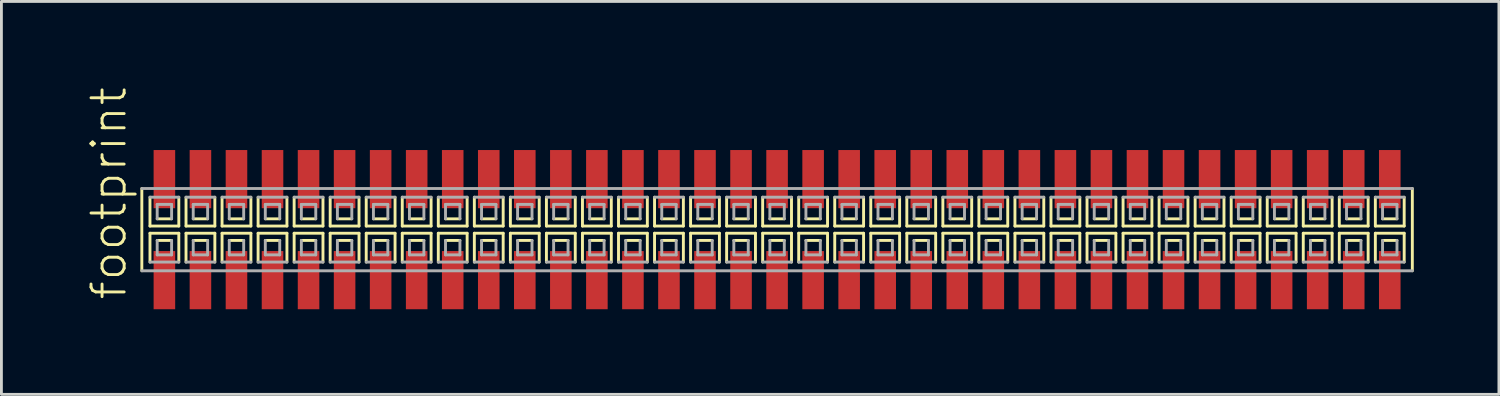
<source format=kicad_pcb>
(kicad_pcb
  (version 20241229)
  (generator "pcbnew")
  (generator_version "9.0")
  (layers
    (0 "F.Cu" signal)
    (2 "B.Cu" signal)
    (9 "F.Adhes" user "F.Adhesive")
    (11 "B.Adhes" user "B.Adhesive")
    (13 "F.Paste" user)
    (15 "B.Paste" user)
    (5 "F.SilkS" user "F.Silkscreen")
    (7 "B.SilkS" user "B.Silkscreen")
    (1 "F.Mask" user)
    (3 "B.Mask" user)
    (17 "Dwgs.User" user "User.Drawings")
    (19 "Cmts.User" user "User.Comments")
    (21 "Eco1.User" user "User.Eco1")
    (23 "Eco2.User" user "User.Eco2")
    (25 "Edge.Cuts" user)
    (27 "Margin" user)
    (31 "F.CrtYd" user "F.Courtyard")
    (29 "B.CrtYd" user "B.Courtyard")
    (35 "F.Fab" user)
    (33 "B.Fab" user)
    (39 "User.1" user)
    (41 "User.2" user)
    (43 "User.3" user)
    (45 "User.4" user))
  (footprint "footprint"
    (layer "F.Cu")
    (at 24.333 5.042)
    (property "Reference" "footprint" (at -22.86 2.54 90) (layer "F.SilkS") (effects (font (size 1.168 1.168) (thickness 0.102)) (justify left bottom)))
    (fp_line (start -22.385 -1.45) (end -22.385 1.45) (stroke (width 0.102) (type solid)) (layer "F.SilkS"))
    (fp_line (start -22.098 -1.143) (end -22.098 -0.127) (stroke (width 0.102) (type solid)) (layer "F.SilkS"))
    (fp_line (start -22.098 -0.127) (end -21.082 -0.127) (stroke (width 0.102) (type solid)) (layer "F.SilkS"))
    (fp_line (start -22.098 0.127) (end -22.098 1.143) (stroke (width 0.102) (type solid)) (layer "F.SilkS"))
    (fp_line (start -21.844 -0.381) (end -21.336 -0.381) (stroke (width 0.102) (type solid)) (layer "F.SilkS"))
    (fp_line (start -21.336 0.381) (end -21.844 0.381) (stroke (width 0.102) (type solid)) (layer "F.SilkS"))
    (fp_line (start -21.082 -0.127) (end -21.082 -1.143) (stroke (width 0.102) (type solid)) (layer "F.SilkS"))
    (fp_line (start -21.082 0.127) (end -22.098 0.127) (stroke (width 0.102) (type solid)) (layer "F.SilkS"))
    (fp_line (start -21.082 1.143) (end -21.082 0.127) (stroke (width 0.102) (type solid)) (layer "F.SilkS"))
    (fp_line (start -20.828 -1.143) (end -20.828 -0.127) (stroke (width 0.102) (type solid)) (layer "F.SilkS"))
    (fp_line (start -20.828 -0.127) (end -19.812 -0.127) (stroke (width 0.102) (type solid)) (layer "F.SilkS"))
    (fp_line (start -20.828 0.127) (end -20.828 1.143) (stroke (width 0.102) (type solid)) (layer "F.SilkS"))
    (fp_line (start -20.574 -0.381) (end -20.066 -0.381) (stroke (width 0.102) (type solid)) (layer "F.SilkS"))
    (fp_line (start -20.066 0.381) (end -20.574 0.381) (stroke (width 0.102) (type solid)) (layer "F.SilkS"))
    (fp_line (start -19.812 -0.127) (end -19.812 -1.143) (stroke (width 0.102) (type solid)) (layer "F.SilkS"))
    (fp_line (start -19.812 0.127) (end -20.828 0.127) (stroke (width 0.102) (type solid)) (layer "F.SilkS"))
    (fp_line (start -19.812 1.143) (end -19.812 0.127) (stroke (width 0.102) (type solid)) (layer "F.SilkS"))
    (fp_line (start -19.558 -1.143) (end -19.558 -0.127) (stroke (width 0.102) (type solid)) (layer "F.SilkS"))
    (fp_line (start -19.558 -0.127) (end -18.542 -0.127) (stroke (width 0.102) (type solid)) (layer "F.SilkS"))
    (fp_line (start -19.558 0.127) (end -19.558 1.143) (stroke (width 0.102) (type solid)) (layer "F.SilkS"))
    (fp_line (start -19.304 -0.381) (end -18.796 -0.381) (stroke (width 0.102) (type solid)) (layer "F.SilkS"))
    (fp_line (start -18.796 0.381) (end -19.304 0.381) (stroke (width 0.102) (type solid)) (layer "F.SilkS"))
    (fp_line (start -18.542 -0.127) (end -18.542 -1.143) (stroke (width 0.102) (type solid)) (layer "F.SilkS"))
    (fp_line (start -18.542 0.127) (end -19.558 0.127) (stroke (width 0.102) (type solid)) (layer "F.SilkS"))
    (fp_line (start -18.542 1.143) (end -18.542 0.127) (stroke (width 0.102) (type solid)) (layer "F.SilkS"))
    (fp_line (start -18.288 -1.143) (end -18.288 -0.127) (stroke (width 0.102) (type solid)) (layer "F.SilkS"))
    (fp_line (start -18.288 -0.127) (end -17.272 -0.127) (stroke (width 0.102) (type solid)) (layer "F.SilkS"))
    (fp_line (start -18.288 0.127) (end -18.288 1.143) (stroke (width 0.102) (type solid)) (layer "F.SilkS"))
    (fp_line (start -18.034 -0.381) (end -17.526 -0.381) (stroke (width 0.102) (type solid)) (layer "F.SilkS"))
    (fp_line (start -17.526 0.381) (end -18.034 0.381) (stroke (width 0.102) (type solid)) (layer "F.SilkS"))
    (fp_line (start -17.272 -0.127) (end -17.272 -1.143) (stroke (width 0.102) (type solid)) (layer "F.SilkS"))
    (fp_line (start -17.272 0.127) (end -18.288 0.127) (stroke (width 0.102) (type solid)) (layer "F.SilkS"))
    (fp_line (start -17.272 1.143) (end -17.272 0.127) (stroke (width 0.102) (type solid)) (layer "F.SilkS"))
    (fp_line (start -17.018 -1.143) (end -17.018 -0.127) (stroke (width 0.102) (type solid)) (layer "F.SilkS"))
    (fp_line (start -17.018 -0.127) (end -16.002 -0.127) (stroke (width 0.102) (type solid)) (layer "F.SilkS"))
    (fp_line (start -17.018 0.127) (end -17.018 1.143) (stroke (width 0.102) (type solid)) (layer "F.SilkS"))
    (fp_line (start -16.764 -0.381) (end -16.256 -0.381) (stroke (width 0.102) (type solid)) (layer "F.SilkS"))
    (fp_line (start -16.256 0.381) (end -16.764 0.381) (stroke (width 0.102) (type solid)) (layer "F.SilkS"))
    (fp_line (start -16.002 -0.127) (end -16.002 -1.143) (stroke (width 0.102) (type solid)) (layer "F.SilkS"))
    (fp_line (start -16.002 0.127) (end -17.018 0.127) (stroke (width 0.102) (type solid)) (layer "F.SilkS"))
    (fp_line (start -16.002 1.143) (end -16.002 0.127) (stroke (width 0.102) (type solid)) (layer "F.SilkS"))
    (fp_line (start -15.748 -1.143) (end -15.748 -0.127) (stroke (width 0.102) (type solid)) (layer "F.SilkS"))
    (fp_line (start -15.748 -0.127) (end -14.732 -0.127) (stroke (width 0.102) (type solid)) (layer "F.SilkS"))
    (fp_line (start -15.748 0.127) (end -15.748 1.143) (stroke (width 0.102) (type solid)) (layer "F.SilkS"))
    (fp_line (start -15.494 -0.381) (end -14.986 -0.381) (stroke (width 0.102) (type solid)) (layer "F.SilkS"))
    (fp_line (start -14.986 0.381) (end -15.494 0.381) (stroke (width 0.102) (type solid)) (layer "F.SilkS"))
    (fp_line (start -14.732 -0.127) (end -14.732 -1.143) (stroke (width 0.102) (type solid)) (layer "F.SilkS"))
    (fp_line (start -14.732 0.127) (end -15.748 0.127) (stroke (width 0.102) (type solid)) (layer "F.SilkS"))
    (fp_line (start -14.732 1.143) (end -14.732 0.127) (stroke (width 0.102) (type solid)) (layer "F.SilkS"))
    (fp_line (start -14.478 -1.143) (end -14.478 -0.127) (stroke (width 0.102) (type solid)) (layer "F.SilkS"))
    (fp_line (start -14.478 -0.127) (end -13.462 -0.127) (stroke (width 0.102) (type solid)) (layer "F.SilkS"))
    (fp_line (start -14.478 0.127) (end -14.478 1.143) (stroke (width 0.102) (type solid)) (layer "F.SilkS"))
    (fp_line (start -14.224 -0.381) (end -13.716 -0.381) (stroke (width 0.102) (type solid)) (layer "F.SilkS"))
    (fp_line (start -13.716 0.381) (end -14.224 0.381) (stroke (width 0.102) (type solid)) (layer "F.SilkS"))
    (fp_line (start -13.462 -0.127) (end -13.462 -1.143) (stroke (width 0.102) (type solid)) (layer "F.SilkS"))
    (fp_line (start -13.462 0.127) (end -14.478 0.127) (stroke (width 0.102) (type solid)) (layer "F.SilkS"))
    (fp_line (start -13.462 1.143) (end -13.462 0.127) (stroke (width 0.102) (type solid)) (layer "F.SilkS"))
    (fp_line (start -13.208 -1.143) (end -13.208 -0.127) (stroke (width 0.102) (type solid)) (layer "F.SilkS"))
    (fp_line (start -13.208 -0.127) (end -12.192 -0.127) (stroke (width 0.102) (type solid)) (layer "F.SilkS"))
    (fp_line (start -13.208 0.127) (end -13.208 1.143) (stroke (width 0.102) (type solid)) (layer "F.SilkS"))
    (fp_line (start -12.954 -0.381) (end -12.446 -0.381) (stroke (width 0.102) (type solid)) (layer "F.SilkS"))
    (fp_line (start -12.446 0.381) (end -12.954 0.381) (stroke (width 0.102) (type solid)) (layer "F.SilkS"))
    (fp_line (start -12.192 -0.127) (end -12.192 -1.143) (stroke (width 0.102) (type solid)) (layer "F.SilkS"))
    (fp_line (start -12.192 0.127) (end -13.208 0.127) (stroke (width 0.102) (type solid)) (layer "F.SilkS"))
    (fp_line (start -12.192 1.143) (end -12.192 0.127) (stroke (width 0.102) (type solid)) (layer "F.SilkS"))
    (fp_line (start -11.938 -1.143) (end -11.938 -0.127) (stroke (width 0.102) (type solid)) (layer "F.SilkS"))
    (fp_line (start -11.938 -0.127) (end -10.922 -0.127) (stroke (width 0.102) (type solid)) (layer "F.SilkS"))
    (fp_line (start -11.938 0.127) (end -11.938 1.143) (stroke (width 0.102) (type solid)) (layer "F.SilkS"))
    (fp_line (start -11.684 -0.381) (end -11.176 -0.381) (stroke (width 0.102) (type solid)) (layer "F.SilkS"))
    (fp_line (start -11.176 0.381) (end -11.684 0.381) (stroke (width 0.102) (type solid)) (layer "F.SilkS"))
    (fp_line (start -10.922 -0.127) (end -10.922 -1.143) (stroke (width 0.102) (type solid)) (layer "F.SilkS"))
    (fp_line (start -10.922 0.127) (end -11.938 0.127) (stroke (width 0.102) (type solid)) (layer "F.SilkS"))
    (fp_line (start -10.922 1.143) (end -10.922 0.127) (stroke (width 0.102) (type solid)) (layer "F.SilkS"))
    (fp_line (start -10.668 -1.143) (end -10.668 -0.127) (stroke (width 0.102) (type solid)) (layer "F.SilkS"))
    (fp_line (start -10.668 -0.127) (end -9.652 -0.127) (stroke (width 0.102) (type solid)) (layer "F.SilkS"))
    (fp_line (start -10.668 0.127) (end -10.668 1.143) (stroke (width 0.102) (type solid)) (layer "F.SilkS"))
    (fp_line (start -10.414 -0.381) (end -9.906 -0.381) (stroke (width 0.102) (type solid)) (layer "F.SilkS"))
    (fp_line (start -9.906 0.381) (end -10.414 0.381) (stroke (width 0.102) (type solid)) (layer "F.SilkS"))
    (fp_line (start -9.652 -0.127) (end -9.652 -1.143) (stroke (width 0.102) (type solid)) (layer "F.SilkS"))
    (fp_line (start -9.652 0.127) (end -10.668 0.127) (stroke (width 0.102) (type solid)) (layer "F.SilkS"))
    (fp_line (start -9.652 1.143) (end -9.652 0.127) (stroke (width 0.102) (type solid)) (layer "F.SilkS"))
    (fp_line (start -9.398 -1.143) (end -9.398 -0.127) (stroke (width 0.102) (type solid)) (layer "F.SilkS"))
    (fp_line (start -9.398 -0.127) (end -8.382 -0.127) (stroke (width 0.102) (type solid)) (layer "F.SilkS"))
    (fp_line (start -9.398 0.127) (end -9.398 1.143) (stroke (width 0.102) (type solid)) (layer "F.SilkS"))
    (fp_line (start -9.144 -0.381) (end -8.636 -0.381) (stroke (width 0.102) (type solid)) (layer "F.SilkS"))
    (fp_line (start -8.636 0.381) (end -9.144 0.381) (stroke (width 0.102) (type solid)) (layer "F.SilkS"))
    (fp_line (start -8.382 -0.127) (end -8.382 -1.143) (stroke (width 0.102) (type solid)) (layer "F.SilkS"))
    (fp_line (start -8.382 0.127) (end -9.398 0.127) (stroke (width 0.102) (type solid)) (layer "F.SilkS"))
    (fp_line (start -8.382 1.143) (end -8.382 0.127) (stroke (width 0.102) (type solid)) (layer "F.SilkS"))
    (fp_line (start -8.128 -1.143) (end -8.128 -0.127) (stroke (width 0.102) (type solid)) (layer "F.SilkS"))
    (fp_line (start -8.128 -0.127) (end -7.112 -0.127) (stroke (width 0.102) (type solid)) (layer "F.SilkS"))
    (fp_line (start -8.128 0.127) (end -8.128 1.143) (stroke (width 0.102) (type solid)) (layer "F.SilkS"))
    (fp_line (start -7.874 -0.381) (end -7.366 -0.381) (stroke (width 0.102) (type solid)) (layer "F.SilkS"))
    (fp_line (start -7.366 0.381) (end -7.874 0.381) (stroke (width 0.102) (type solid)) (layer "F.SilkS"))
    (fp_line (start -7.112 -0.127) (end -7.112 -1.143) (stroke (width 0.102) (type solid)) (layer "F.SilkS"))
    (fp_line (start -7.112 0.127) (end -8.128 0.127) (stroke (width 0.102) (type solid)) (layer "F.SilkS"))
    (fp_line (start -7.112 1.143) (end -7.112 0.127) (stroke (width 0.102) (type solid)) (layer "F.SilkS"))
    (fp_line (start -6.858 -1.143) (end -6.858 -0.127) (stroke (width 0.102) (type solid)) (layer "F.SilkS"))
    (fp_line (start -6.858 -0.127) (end -5.842 -0.127) (stroke (width 0.102) (type solid)) (layer "F.SilkS"))
    (fp_line (start -6.858 0.127) (end -6.858 1.143) (stroke (width 0.102) (type solid)) (layer "F.SilkS"))
    (fp_line (start -6.604 -0.381) (end -6.096 -0.381) (stroke (width 0.102) (type solid)) (layer "F.SilkS"))
    (fp_line (start -6.096 0.381) (end -6.604 0.381) (stroke (width 0.102) (type solid)) (layer "F.SilkS"))
    (fp_line (start -5.842 -0.127) (end -5.842 -1.143) (stroke (width 0.102) (type solid)) (layer "F.SilkS"))
    (fp_line (start -5.842 0.127) (end -6.858 0.127) (stroke (width 0.102) (type solid)) (layer "F.SilkS"))
    (fp_line (start -5.842 1.143) (end -5.842 0.127) (stroke (width 0.102) (type solid)) (layer "F.SilkS"))
    (fp_line (start -5.588 -1.143) (end -5.588 -0.127) (stroke (width 0.102) (type solid)) (layer "F.SilkS"))
    (fp_line (start -5.588 -0.127) (end -4.572 -0.127) (stroke (width 0.102) (type solid)) (layer "F.SilkS"))
    (fp_line (start -5.588 0.127) (end -5.588 1.143) (stroke (width 0.102) (type solid)) (layer "F.SilkS"))
    (fp_line (start -5.334 -0.381) (end -4.826 -0.381) (stroke (width 0.102) (type solid)) (layer "F.SilkS"))
    (fp_line (start -4.826 0.381) (end -5.334 0.381) (stroke (width 0.102) (type solid)) (layer "F.SilkS"))
    (fp_line (start -4.572 -0.127) (end -4.572 -1.143) (stroke (width 0.102) (type solid)) (layer "F.SilkS"))
    (fp_line (start -4.572 0.127) (end -5.588 0.127) (stroke (width 0.102) (type solid)) (layer "F.SilkS"))
    (fp_line (start -4.572 1.143) (end -4.572 0.127) (stroke (width 0.102) (type solid)) (layer "F.SilkS"))
    (fp_line (start -4.318 -1.143) (end -4.318 -0.127) (stroke (width 0.102) (type solid)) (layer "F.SilkS"))
    (fp_line (start -4.318 -0.127) (end -3.302 -0.127) (stroke (width 0.102) (type solid)) (layer "F.SilkS"))
    (fp_line (start -4.318 0.127) (end -4.318 1.143) (stroke (width 0.102) (type solid)) (layer "F.SilkS"))
    (fp_line (start -4.064 -0.381) (end -3.556 -0.381) (stroke (width 0.102) (type solid)) (layer "F.SilkS"))
    (fp_line (start -3.556 0.381) (end -4.064 0.381) (stroke (width 0.102) (type solid)) (layer "F.SilkS"))
    (fp_line (start -3.302 -0.127) (end -3.302 -1.143) (stroke (width 0.102) (type solid)) (layer "F.SilkS"))
    (fp_line (start -3.302 0.127) (end -4.318 0.127) (stroke (width 0.102) (type solid)) (layer "F.SilkS"))
    (fp_line (start -3.302 1.143) (end -3.302 0.127) (stroke (width 0.102) (type solid)) (layer "F.SilkS"))
    (fp_line (start -3.048 -1.143) (end -3.048 -0.127) (stroke (width 0.102) (type solid)) (layer "F.SilkS"))
    (fp_line (start -3.048 -0.127) (end -2.032 -0.127) (stroke (width 0.102) (type solid)) (layer "F.SilkS"))
    (fp_line (start -3.048 0.127) (end -3.048 1.143) (stroke (width 0.102) (type solid)) (layer "F.SilkS"))
    (fp_line (start -2.794 -0.381) (end -2.286 -0.381) (stroke (width 0.102) (type solid)) (layer "F.SilkS"))
    (fp_line (start -2.286 0.381) (end -2.794 0.381) (stroke (width 0.102) (type solid)) (layer "F.SilkS"))
    (fp_line (start -2.032 -0.127) (end -2.032 -1.143) (stroke (width 0.102) (type solid)) (layer "F.SilkS"))
    (fp_line (start -2.032 0.127) (end -3.048 0.127) (stroke (width 0.102) (type solid)) (layer "F.SilkS"))
    (fp_line (start -2.032 1.143) (end -2.032 0.127) (stroke (width 0.102) (type solid)) (layer "F.SilkS"))
    (fp_line (start -1.778 -1.143) (end -1.778 -0.127) (stroke (width 0.102) (type solid)) (layer "F.SilkS"))
    (fp_line (start -1.778 -0.127) (end -0.762 -0.127) (stroke (width 0.102) (type solid)) (layer "F.SilkS"))
    (fp_line (start -1.778 0.127) (end -1.778 1.143) (stroke (width 0.102) (type solid)) (layer "F.SilkS"))
    (fp_line (start -1.524 -0.381) (end -1.016 -0.381) (stroke (width 0.102) (type solid)) (layer "F.SilkS"))
    (fp_line (start -1.016 0.381) (end -1.524 0.381) (stroke (width 0.102) (type solid)) (layer "F.SilkS"))
    (fp_line (start -0.762 -0.127) (end -0.762 -1.143) (stroke (width 0.102) (type solid)) (layer "F.SilkS"))
    (fp_line (start -0.762 0.127) (end -1.778 0.127) (stroke (width 0.102) (type solid)) (layer "F.SilkS"))
    (fp_line (start -0.762 1.143) (end -0.762 0.127) (stroke (width 0.102) (type solid)) (layer "F.SilkS"))
    (fp_line (start -0.508 -1.143) (end -0.508 -0.127) (stroke (width 0.102) (type solid)) (layer "F.SilkS"))
    (fp_line (start -0.508 -0.127) (end 0.508 -0.127) (stroke (width 0.102) (type solid)) (layer "F.SilkS"))
    (fp_line (start -0.508 0.127) (end -0.508 1.143) (stroke (width 0.102) (type solid)) (layer "F.SilkS"))
    (fp_line (start -0.254 -0.381) (end 0.254 -0.381) (stroke (width 0.102) (type solid)) (layer "F.SilkS"))
    (fp_line (start 0.254 0.381) (end -0.254 0.381) (stroke (width 0.102) (type solid)) (layer "F.SilkS"))
    (fp_line (start 0.508 -0.127) (end 0.508 -1.143) (stroke (width 0.102) (type solid)) (layer "F.SilkS"))
    (fp_line (start 0.508 0.127) (end -0.508 0.127) (stroke (width 0.102) (type solid)) (layer "F.SilkS"))
    (fp_line (start 0.508 1.143) (end 0.508 0.127) (stroke (width 0.102) (type solid)) (layer "F.SilkS"))
    (fp_line (start 0.762 -1.143) (end 0.762 -0.127) (stroke (width 0.102) (type solid)) (layer "F.SilkS"))
    (fp_line (start 0.762 -0.127) (end 1.778 -0.127) (stroke (width 0.102) (type solid)) (layer "F.SilkS"))
    (fp_line (start 0.762 0.127) (end 0.762 1.143) (stroke (width 0.102) (type solid)) (layer "F.SilkS"))
    (fp_line (start 1.016 -0.381) (end 1.524 -0.381) (stroke (width 0.102) (type solid)) (layer "F.SilkS"))
    (fp_line (start 1.524 0.381) (end 1.016 0.381) (stroke (width 0.102) (type solid)) (layer "F.SilkS"))
    (fp_line (start 1.778 -0.127) (end 1.778 -1.143) (stroke (width 0.102) (type solid)) (layer "F.SilkS"))
    (fp_line (start 1.778 0.127) (end 0.762 0.127) (stroke (width 0.102) (type solid)) (layer "F.SilkS"))
    (fp_line (start 1.778 1.143) (end 1.778 0.127) (stroke (width 0.102) (type solid)) (layer "F.SilkS"))
    (fp_line (start 2.032 -1.143) (end 2.032 -0.127) (stroke (width 0.102) (type solid)) (layer "F.SilkS"))
    (fp_line (start 2.032 -0.127) (end 3.048 -0.127) (stroke (width 0.102) (type solid)) (layer "F.SilkS"))
    (fp_line (start 2.032 0.127) (end 2.032 1.143) (stroke (width 0.102) (type solid)) (layer "F.SilkS"))
    (fp_line (start 2.286 -0.381) (end 2.794 -0.381) (stroke (width 0.102) (type solid)) (layer "F.SilkS"))
    (fp_line (start 2.794 0.381) (end 2.286 0.381) (stroke (width 0.102) (type solid)) (layer "F.SilkS"))
    (fp_line (start 3.048 -0.127) (end 3.048 -1.143) (stroke (width 0.102) (type solid)) (layer "F.SilkS"))
    (fp_line (start 3.048 0.127) (end 2.032 0.127) (stroke (width 0.102) (type solid)) (layer "F.SilkS"))
    (fp_line (start 3.048 1.143) (end 3.048 0.127) (stroke (width 0.102) (type solid)) (layer "F.SilkS"))
    (fp_line (start 3.302 -1.143) (end 3.302 -0.127) (stroke (width 0.102) (type solid)) (layer "F.SilkS"))
    (fp_line (start 3.302 -0.127) (end 4.318 -0.127) (stroke (width 0.102) (type solid)) (layer "F.SilkS"))
    (fp_line (start 3.302 0.127) (end 3.302 1.143) (stroke (width 0.102) (type solid)) (layer "F.SilkS"))
    (fp_line (start 3.556 -0.381) (end 4.064 -0.381) (stroke (width 0.102) (type solid)) (layer "F.SilkS"))
    (fp_line (start 4.064 0.381) (end 3.556 0.381) (stroke (width 0.102) (type solid)) (layer "F.SilkS"))
    (fp_line (start 4.318 -0.127) (end 4.318 -1.143) (stroke (width 0.102) (type solid)) (layer "F.SilkS"))
    (fp_line (start 4.318 0.127) (end 3.302 0.127) (stroke (width 0.102) (type solid)) (layer "F.SilkS"))
    (fp_line (start 4.318 1.143) (end 4.318 0.127) (stroke (width 0.102) (type solid)) (layer "F.SilkS"))
    (fp_line (start 4.572 -1.143) (end 4.572 -0.127) (stroke (width 0.102) (type solid)) (layer "F.SilkS"))
    (fp_line (start 4.572 -0.127) (end 5.588 -0.127) (stroke (width 0.102) (type solid)) (layer "F.SilkS"))
    (fp_line (start 4.572 0.127) (end 4.572 1.143) (stroke (width 0.102) (type solid)) (layer "F.SilkS"))
    (fp_line (start 4.826 -0.381) (end 5.334 -0.381) (stroke (width 0.102) (type solid)) (layer "F.SilkS"))
    (fp_line (start 5.334 0.381) (end 4.826 0.381) (stroke (width 0.102) (type solid)) (layer "F.SilkS"))
    (fp_line (start 5.588 -0.127) (end 5.588 -1.143) (stroke (width 0.102) (type solid)) (layer "F.SilkS"))
    (fp_line (start 5.588 0.127) (end 4.572 0.127) (stroke (width 0.102) (type solid)) (layer "F.SilkS"))
    (fp_line (start 5.588 1.143) (end 5.588 0.127) (stroke (width 0.102) (type solid)) (layer "F.SilkS"))
    (fp_line (start 5.842 -1.143) (end 5.842 -0.127) (stroke (width 0.102) (type solid)) (layer "F.SilkS"))
    (fp_line (start 5.842 -0.127) (end 6.858 -0.127) (stroke (width 0.102) (type solid)) (layer "F.SilkS"))
    (fp_line (start 5.842 0.127) (end 5.842 1.143) (stroke (width 0.102) (type solid)) (layer "F.SilkS"))
    (fp_line (start 6.096 -0.381) (end 6.604 -0.381) (stroke (width 0.102) (type solid)) (layer "F.SilkS"))
    (fp_line (start 6.604 0.381) (end 6.096 0.381) (stroke (width 0.102) (type solid)) (layer "F.SilkS"))
    (fp_line (start 6.858 -0.127) (end 6.858 -1.143) (stroke (width 0.102) (type solid)) (layer "F.SilkS"))
    (fp_line (start 6.858 0.127) (end 5.842 0.127) (stroke (width 0.102) (type solid)) (layer "F.SilkS"))
    (fp_line (start 6.858 1.143) (end 6.858 0.127) (stroke (width 0.102) (type solid)) (layer "F.SilkS"))
    (fp_line (start 7.112 -1.143) (end 7.112 -0.127) (stroke (width 0.102) (type solid)) (layer "F.SilkS"))
    (fp_line (start 7.112 -0.127) (end 8.128 -0.127) (stroke (width 0.102) (type solid)) (layer "F.SilkS"))
    (fp_line (start 7.112 0.127) (end 7.112 1.143) (stroke (width 0.102) (type solid)) (layer "F.SilkS"))
    (fp_line (start 7.366 -0.381) (end 7.874 -0.381) (stroke (width 0.102) (type solid)) (layer "F.SilkS"))
    (fp_line (start 7.874 0.381) (end 7.366 0.381) (stroke (width 0.102) (type solid)) (layer "F.SilkS"))
    (fp_line (start 8.128 -0.127) (end 8.128 -1.143) (stroke (width 0.102) (type solid)) (layer "F.SilkS"))
    (fp_line (start 8.128 0.127) (end 7.112 0.127) (stroke (width 0.102) (type solid)) (layer "F.SilkS"))
    (fp_line (start 8.128 1.143) (end 8.128 0.127) (stroke (width 0.102) (type solid)) (layer "F.SilkS"))
    (fp_line (start 8.382 -1.143) (end 8.382 -0.127) (stroke (width 0.102) (type solid)) (layer "F.SilkS"))
    (fp_line (start 8.382 -0.127) (end 9.398 -0.127) (stroke (width 0.102) (type solid)) (layer "F.SilkS"))
    (fp_line (start 8.382 0.127) (end 8.382 1.143) (stroke (width 0.102) (type solid)) (layer "F.SilkS"))
    (fp_line (start 8.636 -0.381) (end 9.144 -0.381) (stroke (width 0.102) (type solid)) (layer "F.SilkS"))
    (fp_line (start 9.144 0.381) (end 8.636 0.381) (stroke (width 0.102) (type solid)) (layer "F.SilkS"))
    (fp_line (start 9.398 -0.127) (end 9.398 -1.143) (stroke (width 0.102) (type solid)) (layer "F.SilkS"))
    (fp_line (start 9.398 0.127) (end 8.382 0.127) (stroke (width 0.102) (type solid)) (layer "F.SilkS"))
    (fp_line (start 9.398 1.143) (end 9.398 0.127) (stroke (width 0.102) (type solid)) (layer "F.SilkS"))
    (fp_line (start 9.652 -1.143) (end 9.652 -0.127) (stroke (width 0.102) (type solid)) (layer "F.SilkS"))
    (fp_line (start 9.652 -0.127) (end 10.668 -0.127) (stroke (width 0.102) (type solid)) (layer "F.SilkS"))
    (fp_line (start 9.652 0.127) (end 9.652 1.143) (stroke (width 0.102) (type solid)) (layer "F.SilkS"))
    (fp_line (start 9.906 -0.381) (end 10.414 -0.381) (stroke (width 0.102) (type solid)) (layer "F.SilkS"))
    (fp_line (start 10.414 0.381) (end 9.906 0.381) (stroke (width 0.102) (type solid)) (layer "F.SilkS"))
    (fp_line (start 10.668 -0.127) (end 10.668 -1.143) (stroke (width 0.102) (type solid)) (layer "F.SilkS"))
    (fp_line (start 10.668 0.127) (end 9.652 0.127) (stroke (width 0.102) (type solid)) (layer "F.SilkS"))
    (fp_line (start 10.668 1.143) (end 10.668 0.127) (stroke (width 0.102) (type solid)) (layer "F.SilkS"))
    (fp_line (start 10.922 -1.143) (end 10.922 -0.127) (stroke (width 0.102) (type solid)) (layer "F.SilkS"))
    (fp_line (start 10.922 -0.127) (end 11.938 -0.127) (stroke (width 0.102) (type solid)) (layer "F.SilkS"))
    (fp_line (start 10.922 0.127) (end 10.922 1.143) (stroke (width 0.102) (type solid)) (layer "F.SilkS"))
    (fp_line (start 11.176 -0.381) (end 11.684 -0.381) (stroke (width 0.102) (type solid)) (layer "F.SilkS"))
    (fp_line (start 11.684 0.381) (end 11.176 0.381) (stroke (width 0.102) (type solid)) (layer "F.SilkS"))
    (fp_line (start 11.938 -0.127) (end 11.938 -1.143) (stroke (width 0.102) (type solid)) (layer "F.SilkS"))
    (fp_line (start 11.938 0.127) (end 10.922 0.127) (stroke (width 0.102) (type solid)) (layer "F.SilkS"))
    (fp_line (start 11.938 1.143) (end 11.938 0.127) (stroke (width 0.102) (type solid)) (layer "F.SilkS"))
    (fp_line (start 12.192 -1.143) (end 12.192 -0.127) (stroke (width 0.102) (type solid)) (layer "F.SilkS"))
    (fp_line (start 12.192 -0.127) (end 13.208 -0.127) (stroke (width 0.102) (type solid)) (layer "F.SilkS"))
    (fp_line (start 12.192 0.127) (end 12.192 1.143) (stroke (width 0.102) (type solid)) (layer "F.SilkS"))
    (fp_line (start 12.446 -0.381) (end 12.954 -0.381) (stroke (width 0.102) (type solid)) (layer "F.SilkS"))
    (fp_line (start 12.954 0.381) (end 12.446 0.381) (stroke (width 0.102) (type solid)) (layer "F.SilkS"))
    (fp_line (start 13.208 -0.127) (end 13.208 -1.143) (stroke (width 0.102) (type solid)) (layer "F.SilkS"))
    (fp_line (start 13.208 0.127) (end 12.192 0.127) (stroke (width 0.102) (type solid)) (layer "F.SilkS"))
    (fp_line (start 13.208 1.143) (end 13.208 0.127) (stroke (width 0.102) (type solid)) (layer "F.SilkS"))
    (fp_line (start 13.462 -1.143) (end 13.462 -0.127) (stroke (width 0.102) (type solid)) (layer "F.SilkS"))
    (fp_line (start 13.462 -0.127) (end 14.478 -0.127) (stroke (width 0.102) (type solid)) (layer "F.SilkS"))
    (fp_line (start 13.462 0.127) (end 13.462 1.143) (stroke (width 0.102) (type solid)) (layer "F.SilkS"))
    (fp_line (start 13.716 -0.381) (end 14.224 -0.381) (stroke (width 0.102) (type solid)) (layer "F.SilkS"))
    (fp_line (start 14.224 0.381) (end 13.716 0.381) (stroke (width 0.102) (type solid)) (layer "F.SilkS"))
    (fp_line (start 14.478 -0.127) (end 14.478 -1.143) (stroke (width 0.102) (type solid)) (layer "F.SilkS"))
    (fp_line (start 14.478 0.127) (end 13.462 0.127) (stroke (width 0.102) (type solid)) (layer "F.SilkS"))
    (fp_line (start 14.478 1.143) (end 14.478 0.127) (stroke (width 0.102) (type solid)) (layer "F.SilkS"))
    (fp_line (start 14.732 -1.143) (end 14.732 -0.127) (stroke (width 0.102) (type solid)) (layer "F.SilkS"))
    (fp_line (start 14.732 -0.127) (end 15.748 -0.127) (stroke (width 0.102) (type solid)) (layer "F.SilkS"))
    (fp_line (start 14.732 0.127) (end 14.732 1.143) (stroke (width 0.102) (type solid)) (layer "F.SilkS"))
    (fp_line (start 14.986 -0.381) (end 15.494 -0.381) (stroke (width 0.102) (type solid)) (layer "F.SilkS"))
    (fp_line (start 15.494 0.381) (end 14.986 0.381) (stroke (width 0.102) (type solid)) (layer "F.SilkS"))
    (fp_line (start 15.748 -0.127) (end 15.748 -1.143) (stroke (width 0.102) (type solid)) (layer "F.SilkS"))
    (fp_line (start 15.748 0.127) (end 14.732 0.127) (stroke (width 0.102) (type solid)) (layer "F.SilkS"))
    (fp_line (start 15.748 1.143) (end 15.748 0.127) (stroke (width 0.102) (type solid)) (layer "F.SilkS"))
    (fp_line (start 16.002 -1.143) (end 16.002 -0.127) (stroke (width 0.102) (type solid)) (layer "F.SilkS"))
    (fp_line (start 16.002 -0.127) (end 17.018 -0.127) (stroke (width 0.102) (type solid)) (layer "F.SilkS"))
    (fp_line (start 16.002 0.127) (end 16.002 1.143) (stroke (width 0.102) (type solid)) (layer "F.SilkS"))
    (fp_line (start 16.256 -0.381) (end 16.764 -0.381) (stroke (width 0.102) (type solid)) (layer "F.SilkS"))
    (fp_line (start 16.764 0.381) (end 16.256 0.381) (stroke (width 0.102) (type solid)) (layer "F.SilkS"))
    (fp_line (start 17.018 -0.127) (end 17.018 -1.143) (stroke (width 0.102) (type solid)) (layer "F.SilkS"))
    (fp_line (start 17.018 0.127) (end 16.002 0.127) (stroke (width 0.102) (type solid)) (layer "F.SilkS"))
    (fp_line (start 17.018 1.143) (end 17.018 0.127) (stroke (width 0.102) (type solid)) (layer "F.SilkS"))
    (fp_line (start 17.272 -1.143) (end 17.272 -0.127) (stroke (width 0.102) (type solid)) (layer "F.SilkS"))
    (fp_line (start 17.272 -0.127) (end 18.288 -0.127) (stroke (width 0.102) (type solid)) (layer "F.SilkS"))
    (fp_line (start 17.272 0.127) (end 17.272 1.143) (stroke (width 0.102) (type solid)) (layer "F.SilkS"))
    (fp_line (start 17.526 -0.381) (end 18.034 -0.381) (stroke (width 0.102) (type solid)) (layer "F.SilkS"))
    (fp_line (start 18.034 0.381) (end 17.526 0.381) (stroke (width 0.102) (type solid)) (layer "F.SilkS"))
    (fp_line (start 18.288 -0.127) (end 18.288 -1.143) (stroke (width 0.102) (type solid)) (layer "F.SilkS"))
    (fp_line (start 18.288 0.127) (end 17.272 0.127) (stroke (width 0.102) (type solid)) (layer "F.SilkS"))
    (fp_line (start 18.288 1.143) (end 18.288 0.127) (stroke (width 0.102) (type solid)) (layer "F.SilkS"))
    (fp_line (start 18.542 -1.143) (end 18.542 -0.127) (stroke (width 0.102) (type solid)) (layer "F.SilkS"))
    (fp_line (start 18.542 -0.127) (end 19.558 -0.127) (stroke (width 0.102) (type solid)) (layer "F.SilkS"))
    (fp_line (start 18.542 0.127) (end 18.542 1.143) (stroke (width 0.102) (type solid)) (layer "F.SilkS"))
    (fp_line (start 18.796 -0.381) (end 19.304 -0.381) (stroke (width 0.102) (type solid)) (layer "F.SilkS"))
    (fp_line (start 19.304 0.381) (end 18.796 0.381) (stroke (width 0.102) (type solid)) (layer "F.SilkS"))
    (fp_line (start 19.558 -0.127) (end 19.558 -1.143) (stroke (width 0.102) (type solid)) (layer "F.SilkS"))
    (fp_line (start 19.558 0.127) (end 18.542 0.127) (stroke (width 0.102) (type solid)) (layer "F.SilkS"))
    (fp_line (start 19.558 1.143) (end 19.558 0.127) (stroke (width 0.102) (type solid)) (layer "F.SilkS"))
    (fp_line (start 19.812 -1.143) (end 19.812 -0.127) (stroke (width 0.102) (type solid)) (layer "F.SilkS"))
    (fp_line (start 19.812 -0.127) (end 20.828 -0.127) (stroke (width 0.102) (type solid)) (layer "F.SilkS"))
    (fp_line (start 19.812 0.127) (end 19.812 1.143) (stroke (width 0.102) (type solid)) (layer "F.SilkS"))
    (fp_line (start 20.066 -0.381) (end 20.574 -0.381) (stroke (width 0.102) (type solid)) (layer "F.SilkS"))
    (fp_line (start 20.574 0.381) (end 20.066 0.381) (stroke (width 0.102) (type solid)) (layer "F.SilkS"))
    (fp_line (start 20.828 -0.127) (end 20.828 -1.143) (stroke (width 0.102) (type solid)) (layer "F.SilkS"))
    (fp_line (start 20.828 0.127) (end 19.812 0.127) (stroke (width 0.102) (type solid)) (layer "F.SilkS"))
    (fp_line (start 20.828 1.143) (end 20.828 0.127) (stroke (width 0.102) (type solid)) (layer "F.SilkS"))
    (fp_line (start 21.082 -1.143) (end 21.082 -0.127) (stroke (width 0.102) (type solid)) (layer "F.SilkS"))
    (fp_line (start 21.082 -0.127) (end 22.098 -0.127) (stroke (width 0.102) (type solid)) (layer "F.SilkS"))
    (fp_line (start 21.082 0.127) (end 21.082 1.143) (stroke (width 0.102) (type solid)) (layer "F.SilkS"))
    (fp_line (start 21.336 -0.381) (end 21.844 -0.381) (stroke (width 0.102) (type solid)) (layer "F.SilkS"))
    (fp_line (start 21.844 0.381) (end 21.336 0.381) (stroke (width 0.102) (type solid)) (layer "F.SilkS"))
    (fp_line (start 22.098 -0.127) (end 22.098 -1.143) (stroke (width 0.102) (type solid)) (layer "F.SilkS"))
    (fp_line (start 22.098 0.127) (end 21.082 0.127) (stroke (width 0.102) (type solid)) (layer "F.SilkS"))
    (fp_line (start 22.098 1.143) (end 22.098 0.127) (stroke (width 0.102) (type solid)) (layer "F.SilkS"))
    (fp_line (start 22.385 1.45) (end 22.385 -1.45) (stroke (width 0.102) (type solid)) (layer "F.SilkS"))
    (fp_line (start -22.385 1.45) (end 22.385 1.45) (stroke (width 0.102) (type solid)) (layer "F.Fab"))
    (fp_line (start -22.098 1.143) (end -21.082 1.143) (stroke (width 0.102) (type solid)) (layer "F.Fab"))
    (fp_line (start -21.844 -0.889) (end -21.844 -0.381) (stroke (width 0.102) (type solid)) (layer "F.Fab"))
    (fp_line (start -21.844 0.381) (end -21.844 0.889) (stroke (width 0.102) (type solid)) (layer "F.Fab"))
    (fp_line (start -21.844 0.889) (end -21.336 0.889) (stroke (width 0.102) (type solid)) (layer "F.Fab"))
    (fp_line (start -21.336 -0.889) (end -21.844 -0.889) (stroke (width 0.102) (type solid)) (layer "F.Fab"))
    (fp_line (start -21.336 -0.381) (end -21.336 -0.889) (stroke (width 0.102) (type solid)) (layer "F.Fab"))
    (fp_line (start -21.336 0.889) (end -21.336 0.381) (stroke (width 0.102) (type solid)) (layer "F.Fab"))
    (fp_line (start -21.082 -1.143) (end -22.098 -1.143) (stroke (width 0.102) (type solid)) (layer "F.Fab"))
    (fp_line (start -20.828 1.143) (end -19.812 1.143) (stroke (width 0.102) (type solid)) (layer "F.Fab"))
    (fp_line (start -20.574 -0.889) (end -20.574 -0.381) (stroke (width 0.102) (type solid)) (layer "F.Fab"))
    (fp_line (start -20.574 0.381) (end -20.574 0.889) (stroke (width 0.102) (type solid)) (layer "F.Fab"))
    (fp_line (start -20.574 0.889) (end -20.066 0.889) (stroke (width 0.102) (type solid)) (layer "F.Fab"))
    (fp_line (start -20.066 -0.889) (end -20.574 -0.889) (stroke (width 0.102) (type solid)) (layer "F.Fab"))
    (fp_line (start -20.066 -0.381) (end -20.066 -0.889) (stroke (width 0.102) (type solid)) (layer "F.Fab"))
    (fp_line (start -20.066 0.889) (end -20.066 0.381) (stroke (width 0.102) (type solid)) (layer "F.Fab"))
    (fp_line (start -19.812 -1.143) (end -20.828 -1.143) (stroke (width 0.102) (type solid)) (layer "F.Fab"))
    (fp_line (start -19.558 1.143) (end -18.542 1.143) (stroke (width 0.102) (type solid)) (layer "F.Fab"))
    (fp_line (start -19.304 -0.889) (end -19.304 -0.381) (stroke (width 0.102) (type solid)) (layer "F.Fab"))
    (fp_line (start -19.304 0.381) (end -19.304 0.889) (stroke (width 0.102) (type solid)) (layer "F.Fab"))
    (fp_line (start -19.304 0.889) (end -18.796 0.889) (stroke (width 0.102) (type solid)) (layer "F.Fab"))
    (fp_line (start -18.796 -0.889) (end -19.304 -0.889) (stroke (width 0.102) (type solid)) (layer "F.Fab"))
    (fp_line (start -18.796 -0.381) (end -18.796 -0.889) (stroke (width 0.102) (type solid)) (layer "F.Fab"))
    (fp_line (start -18.796 0.889) (end -18.796 0.381) (stroke (width 0.102) (type solid)) (layer "F.Fab"))
    (fp_line (start -18.542 -1.143) (end -19.558 -1.143) (stroke (width 0.102) (type solid)) (layer "F.Fab"))
    (fp_line (start -18.288 1.143) (end -17.272 1.143) (stroke (width 0.102) (type solid)) (layer "F.Fab"))
    (fp_line (start -18.034 -0.889) (end -18.034 -0.381) (stroke (width 0.102) (type solid)) (layer "F.Fab"))
    (fp_line (start -18.034 0.381) (end -18.034 0.889) (stroke (width 0.102) (type solid)) (layer "F.Fab"))
    (fp_line (start -18.034 0.889) (end -17.526 0.889) (stroke (width 0.102) (type solid)) (layer "F.Fab"))
    (fp_line (start -17.526 -0.889) (end -18.034 -0.889) (stroke (width 0.102) (type solid)) (layer "F.Fab"))
    (fp_line (start -17.526 -0.381) (end -17.526 -0.889) (stroke (width 0.102) (type solid)) (layer "F.Fab"))
    (fp_line (start -17.526 0.889) (end -17.526 0.381) (stroke (width 0.102) (type solid)) (layer "F.Fab"))
    (fp_line (start -17.272 -1.143) (end -18.288 -1.143) (stroke (width 0.102) (type solid)) (layer "F.Fab"))
    (fp_line (start -17.018 1.143) (end -16.002 1.143) (stroke (width 0.102) (type solid)) (layer "F.Fab"))
    (fp_line (start -16.764 -0.889) (end -16.764 -0.381) (stroke (width 0.102) (type solid)) (layer "F.Fab"))
    (fp_line (start -16.764 0.381) (end -16.764 0.889) (stroke (width 0.102) (type solid)) (layer "F.Fab"))
    (fp_line (start -16.764 0.889) (end -16.256 0.889) (stroke (width 0.102) (type solid)) (layer "F.Fab"))
    (fp_line (start -16.256 -0.889) (end -16.764 -0.889) (stroke (width 0.102) (type solid)) (layer "F.Fab"))
    (fp_line (start -16.256 -0.381) (end -16.256 -0.889) (stroke (width 0.102) (type solid)) (layer "F.Fab"))
    (fp_line (start -16.256 0.889) (end -16.256 0.381) (stroke (width 0.102) (type solid)) (layer "F.Fab"))
    (fp_line (start -16.002 -1.143) (end -17.018 -1.143) (stroke (width 0.102) (type solid)) (layer "F.Fab"))
    (fp_line (start -15.748 1.143) (end -14.732 1.143) (stroke (width 0.102) (type solid)) (layer "F.Fab"))
    (fp_line (start -15.494 -0.889) (end -15.494 -0.381) (stroke (width 0.102) (type solid)) (layer "F.Fab"))
    (fp_line (start -15.494 0.381) (end -15.494 0.889) (stroke (width 0.102) (type solid)) (layer "F.Fab"))
    (fp_line (start -15.494 0.889) (end -14.986 0.889) (stroke (width 0.102) (type solid)) (layer "F.Fab"))
    (fp_line (start -14.986 -0.889) (end -15.494 -0.889) (stroke (width 0.102) (type solid)) (layer "F.Fab"))
    (fp_line (start -14.986 -0.381) (end -14.986 -0.889) (stroke (width 0.102) (type solid)) (layer "F.Fab"))
    (fp_line (start -14.986 0.889) (end -14.986 0.381) (stroke (width 0.102) (type solid)) (layer "F.Fab"))
    (fp_line (start -14.732 -1.143) (end -15.748 -1.143) (stroke (width 0.102) (type solid)) (layer "F.Fab"))
    (fp_line (start -14.478 1.143) (end -13.462 1.143) (stroke (width 0.102) (type solid)) (layer "F.Fab"))
    (fp_line (start -14.224 -0.889) (end -14.224 -0.381) (stroke (width 0.102) (type solid)) (layer "F.Fab"))
    (fp_line (start -14.224 0.381) (end -14.224 0.889) (stroke (width 0.102) (type solid)) (layer "F.Fab"))
    (fp_line (start -14.224 0.889) (end -13.716 0.889) (stroke (width 0.102) (type solid)) (layer "F.Fab"))
    (fp_line (start -13.716 -0.889) (end -14.224 -0.889) (stroke (width 0.102) (type solid)) (layer "F.Fab"))
    (fp_line (start -13.716 -0.381) (end -13.716 -0.889) (stroke (width 0.102) (type solid)) (layer "F.Fab"))
    (fp_line (start -13.716 0.889) (end -13.716 0.381) (stroke (width 0.102) (type solid)) (layer "F.Fab"))
    (fp_line (start -13.462 -1.143) (end -14.478 -1.143) (stroke (width 0.102) (type solid)) (layer "F.Fab"))
    (fp_line (start -13.208 1.143) (end -12.192 1.143) (stroke (width 0.102) (type solid)) (layer "F.Fab"))
    (fp_line (start -12.954 -0.889) (end -12.954 -0.381) (stroke (width 0.102) (type solid)) (layer "F.Fab"))
    (fp_line (start -12.954 0.381) (end -12.954 0.889) (stroke (width 0.102) (type solid)) (layer "F.Fab"))
    (fp_line (start -12.954 0.889) (end -12.446 0.889) (stroke (width 0.102) (type solid)) (layer "F.Fab"))
    (fp_line (start -12.446 -0.889) (end -12.954 -0.889) (stroke (width 0.102) (type solid)) (layer "F.Fab"))
    (fp_line (start -12.446 -0.381) (end -12.446 -0.889) (stroke (width 0.102) (type solid)) (layer "F.Fab"))
    (fp_line (start -12.446 0.889) (end -12.446 0.381) (stroke (width 0.102) (type solid)) (layer "F.Fab"))
    (fp_line (start -12.192 -1.143) (end -13.208 -1.143) (stroke (width 0.102) (type solid)) (layer "F.Fab"))
    (fp_line (start -11.938 1.143) (end -10.922 1.143) (stroke (width 0.102) (type solid)) (layer "F.Fab"))
    (fp_line (start -11.684 -0.889) (end -11.684 -0.381) (stroke (width 0.102) (type solid)) (layer "F.Fab"))
    (fp_line (start -11.684 0.381) (end -11.684 0.889) (stroke (width 0.102) (type solid)) (layer "F.Fab"))
    (fp_line (start -11.684 0.889) (end -11.176 0.889) (stroke (width 0.102) (type solid)) (layer "F.Fab"))
    (fp_line (start -11.176 -0.889) (end -11.684 -0.889) (stroke (width 0.102) (type solid)) (layer "F.Fab"))
    (fp_line (start -11.176 -0.381) (end -11.176 -0.889) (stroke (width 0.102) (type solid)) (layer "F.Fab"))
    (fp_line (start -11.176 0.889) (end -11.176 0.381) (stroke (width 0.102) (type solid)) (layer "F.Fab"))
    (fp_line (start -10.922 -1.143) (end -11.938 -1.143) (stroke (width 0.102) (type solid)) (layer "F.Fab"))
    (fp_line (start -10.668 1.143) (end -9.652 1.143) (stroke (width 0.102) (type solid)) (layer "F.Fab"))
    (fp_line (start -10.414 -0.889) (end -10.414 -0.381) (stroke (width 0.102) (type solid)) (layer "F.Fab"))
    (fp_line (start -10.414 0.381) (end -10.414 0.889) (stroke (width 0.102) (type solid)) (layer "F.Fab"))
    (fp_line (start -10.414 0.889) (end -9.906 0.889) (stroke (width 0.102) (type solid)) (layer "F.Fab"))
    (fp_line (start -9.906 -0.889) (end -10.414 -0.889) (stroke (width 0.102) (type solid)) (layer "F.Fab"))
    (fp_line (start -9.906 -0.381) (end -9.906 -0.889) (stroke (width 0.102) (type solid)) (layer "F.Fab"))
    (fp_line (start -9.906 0.889) (end -9.906 0.381) (stroke (width 0.102) (type solid)) (layer "F.Fab"))
    (fp_line (start -9.652 -1.143) (end -10.668 -1.143) (stroke (width 0.102) (type solid)) (layer "F.Fab"))
    (fp_line (start -9.398 1.143) (end -8.382 1.143) (stroke (width 0.102) (type solid)) (layer "F.Fab"))
    (fp_line (start -9.144 -0.889) (end -9.144 -0.381) (stroke (width 0.102) (type solid)) (layer "F.Fab"))
    (fp_line (start -9.144 0.381) (end -9.144 0.889) (stroke (width 0.102) (type solid)) (layer "F.Fab"))
    (fp_line (start -9.144 0.889) (end -8.636 0.889) (stroke (width 0.102) (type solid)) (layer "F.Fab"))
    (fp_line (start -8.636 -0.889) (end -9.144 -0.889) (stroke (width 0.102) (type solid)) (layer "F.Fab"))
    (fp_line (start -8.636 -0.381) (end -8.636 -0.889) (stroke (width 0.102) (type solid)) (layer "F.Fab"))
    (fp_line (start -8.636 0.889) (end -8.636 0.381) (stroke (width 0.102) (type solid)) (layer "F.Fab"))
    (fp_line (start -8.382 -1.143) (end -9.398 -1.143) (stroke (width 0.102) (type solid)) (layer "F.Fab"))
    (fp_line (start -8.128 1.143) (end -7.112 1.143) (stroke (width 0.102) (type solid)) (layer "F.Fab"))
    (fp_line (start -7.874 -0.889) (end -7.874 -0.381) (stroke (width 0.102) (type solid)) (layer "F.Fab"))
    (fp_line (start -7.874 0.381) (end -7.874 0.889) (stroke (width 0.102) (type solid)) (layer "F.Fab"))
    (fp_line (start -7.874 0.889) (end -7.366 0.889) (stroke (width 0.102) (type solid)) (layer "F.Fab"))
    (fp_line (start -7.366 -0.889) (end -7.874 -0.889) (stroke (width 0.102) (type solid)) (layer "F.Fab"))
    (fp_line (start -7.366 -0.381) (end -7.366 -0.889) (stroke (width 0.102) (type solid)) (layer "F.Fab"))
    (fp_line (start -7.366 0.889) (end -7.366 0.381) (stroke (width 0.102) (type solid)) (layer "F.Fab"))
    (fp_line (start -7.112 -1.143) (end -8.128 -1.143) (stroke (width 0.102) (type solid)) (layer "F.Fab"))
    (fp_line (start -6.858 1.143) (end -5.842 1.143) (stroke (width 0.102) (type solid)) (layer "F.Fab"))
    (fp_line (start -6.604 -0.889) (end -6.604 -0.381) (stroke (width 0.102) (type solid)) (layer "F.Fab"))
    (fp_line (start -6.604 0.381) (end -6.604 0.889) (stroke (width 0.102) (type solid)) (layer "F.Fab"))
    (fp_line (start -6.604 0.889) (end -6.096 0.889) (stroke (width 0.102) (type solid)) (layer "F.Fab"))
    (fp_line (start -6.096 -0.889) (end -6.604 -0.889) (stroke (width 0.102) (type solid)) (layer "F.Fab"))
    (fp_line (start -6.096 -0.381) (end -6.096 -0.889) (stroke (width 0.102) (type solid)) (layer "F.Fab"))
    (fp_line (start -6.096 0.889) (end -6.096 0.381) (stroke (width 0.102) (type solid)) (layer "F.Fab"))
    (fp_line (start -5.842 -1.143) (end -6.858 -1.143) (stroke (width 0.102) (type solid)) (layer "F.Fab"))
    (fp_line (start -5.588 1.143) (end -4.572 1.143) (stroke (width 0.102) (type solid)) (layer "F.Fab"))
    (fp_line (start -5.334 -0.889) (end -5.334 -0.381) (stroke (width 0.102) (type solid)) (layer "F.Fab"))
    (fp_line (start -5.334 0.381) (end -5.334 0.889) (stroke (width 0.102) (type solid)) (layer "F.Fab"))
    (fp_line (start -5.334 0.889) (end -4.826 0.889) (stroke (width 0.102) (type solid)) (layer "F.Fab"))
    (fp_line (start -4.826 -0.889) (end -5.334 -0.889) (stroke (width 0.102) (type solid)) (layer "F.Fab"))
    (fp_line (start -4.826 -0.381) (end -4.826 -0.889) (stroke (width 0.102) (type solid)) (layer "F.Fab"))
    (fp_line (start -4.826 0.889) (end -4.826 0.381) (stroke (width 0.102) (type solid)) (layer "F.Fab"))
    (fp_line (start -4.572 -1.143) (end -5.588 -1.143) (stroke (width 0.102) (type solid)) (layer "F.Fab"))
    (fp_line (start -4.318 1.143) (end -3.302 1.143) (stroke (width 0.102) (type solid)) (layer "F.Fab"))
    (fp_line (start -4.064 -0.889) (end -4.064 -0.381) (stroke (width 0.102) (type solid)) (layer "F.Fab"))
    (fp_line (start -4.064 0.381) (end -4.064 0.889) (stroke (width 0.102) (type solid)) (layer "F.Fab"))
    (fp_line (start -4.064 0.889) (end -3.556 0.889) (stroke (width 0.102) (type solid)) (layer "F.Fab"))
    (fp_line (start -3.556 -0.889) (end -4.064 -0.889) (stroke (width 0.102) (type solid)) (layer "F.Fab"))
    (fp_line (start -3.556 -0.381) (end -3.556 -0.889) (stroke (width 0.102) (type solid)) (layer "F.Fab"))
    (fp_line (start -3.556 0.889) (end -3.556 0.381) (stroke (width 0.102) (type solid)) (layer "F.Fab"))
    (fp_line (start -3.302 -1.143) (end -4.318 -1.143) (stroke (width 0.102) (type solid)) (layer "F.Fab"))
    (fp_line (start -3.048 1.143) (end -2.032 1.143) (stroke (width 0.102) (type solid)) (layer "F.Fab"))
    (fp_line (start -2.794 -0.889) (end -2.794 -0.381) (stroke (width 0.102) (type solid)) (layer "F.Fab"))
    (fp_line (start -2.794 0.381) (end -2.794 0.889) (stroke (width 0.102) (type solid)) (layer "F.Fab"))
    (fp_line (start -2.794 0.889) (end -2.286 0.889) (stroke (width 0.102) (type solid)) (layer "F.Fab"))
    (fp_line (start -2.286 -0.889) (end -2.794 -0.889) (stroke (width 0.102) (type solid)) (layer "F.Fab"))
    (fp_line (start -2.286 -0.381) (end -2.286 -0.889) (stroke (width 0.102) (type solid)) (layer "F.Fab"))
    (fp_line (start -2.286 0.889) (end -2.286 0.381) (stroke (width 0.102) (type solid)) (layer "F.Fab"))
    (fp_line (start -2.032 -1.143) (end -3.048 -1.143) (stroke (width 0.102) (type solid)) (layer "F.Fab"))
    (fp_line (start -1.778 1.143) (end -0.762 1.143) (stroke (width 0.102) (type solid)) (layer "F.Fab"))
    (fp_line (start -1.524 -0.889) (end -1.524 -0.381) (stroke (width 0.102) (type solid)) (layer "F.Fab"))
    (fp_line (start -1.524 0.381) (end -1.524 0.889) (stroke (width 0.102) (type solid)) (layer "F.Fab"))
    (fp_line (start -1.524 0.889) (end -1.016 0.889) (stroke (width 0.102) (type solid)) (layer "F.Fab"))
    (fp_line (start -1.016 -0.889) (end -1.524 -0.889) (stroke (width 0.102) (type solid)) (layer "F.Fab"))
    (fp_line (start -1.016 -0.381) (end -1.016 -0.889) (stroke (width 0.102) (type solid)) (layer "F.Fab"))
    (fp_line (start -1.016 0.889) (end -1.016 0.381) (stroke (width 0.102) (type solid)) (layer "F.Fab"))
    (fp_line (start -0.762 -1.143) (end -1.778 -1.143) (stroke (width 0.102) (type solid)) (layer "F.Fab"))
    (fp_line (start -0.508 1.143) (end 0.508 1.143) (stroke (width 0.102) (type solid)) (layer "F.Fab"))
    (fp_line (start -0.254 -0.889) (end -0.254 -0.381) (stroke (width 0.102) (type solid)) (layer "F.Fab"))
    (fp_line (start -0.254 0.381) (end -0.254 0.889) (stroke (width 0.102) (type solid)) (layer "F.Fab"))
    (fp_line (start -0.254 0.889) (end 0.254 0.889) (stroke (width 0.102) (type solid)) (layer "F.Fab"))
    (fp_line (start 0.254 -0.889) (end -0.254 -0.889) (stroke (width 0.102) (type solid)) (layer "F.Fab"))
    (fp_line (start 0.254 -0.381) (end 0.254 -0.889) (stroke (width 0.102) (type solid)) (layer "F.Fab"))
    (fp_line (start 0.254 0.889) (end 0.254 0.381) (stroke (width 0.102) (type solid)) (layer "F.Fab"))
    (fp_line (start 0.508 -1.143) (end -0.508 -1.143) (stroke (width 0.102) (type solid)) (layer "F.Fab"))
    (fp_line (start 0.762 1.143) (end 1.778 1.143) (stroke (width 0.102) (type solid)) (layer "F.Fab"))
    (fp_line (start 1.016 -0.889) (end 1.016 -0.381) (stroke (width 0.102) (type solid)) (layer "F.Fab"))
    (fp_line (start 1.016 0.381) (end 1.016 0.889) (stroke (width 0.102) (type solid)) (layer "F.Fab"))
    (fp_line (start 1.016 0.889) (end 1.524 0.889) (stroke (width 0.102) (type solid)) (layer "F.Fab"))
    (fp_line (start 1.524 -0.889) (end 1.016 -0.889) (stroke (width 0.102) (type solid)) (layer "F.Fab"))
    (fp_line (start 1.524 -0.381) (end 1.524 -0.889) (stroke (width 0.102) (type solid)) (layer "F.Fab"))
    (fp_line (start 1.524 0.889) (end 1.524 0.381) (stroke (width 0.102) (type solid)) (layer "F.Fab"))
    (fp_line (start 1.778 -1.143) (end 0.762 -1.143) (stroke (width 0.102) (type solid)) (layer "F.Fab"))
    (fp_line (start 2.032 1.143) (end 3.048 1.143) (stroke (width 0.102) (type solid)) (layer "F.Fab"))
    (fp_line (start 2.286 -0.889) (end 2.286 -0.381) (stroke (width 0.102) (type solid)) (layer "F.Fab"))
    (fp_line (start 2.286 0.381) (end 2.286 0.889) (stroke (width 0.102) (type solid)) (layer "F.Fab"))
    (fp_line (start 2.286 0.889) (end 2.794 0.889) (stroke (width 0.102) (type solid)) (layer "F.Fab"))
    (fp_line (start 2.794 -0.889) (end 2.286 -0.889) (stroke (width 0.102) (type solid)) (layer "F.Fab"))
    (fp_line (start 2.794 -0.381) (end 2.794 -0.889) (stroke (width 0.102) (type solid)) (layer "F.Fab"))
    (fp_line (start 2.794 0.889) (end 2.794 0.381) (stroke (width 0.102) (type solid)) (layer "F.Fab"))
    (fp_line (start 3.048 -1.143) (end 2.032 -1.143) (stroke (width 0.102) (type solid)) (layer "F.Fab"))
    (fp_line (start 3.302 1.143) (end 4.318 1.143) (stroke (width 0.102) (type solid)) (layer "F.Fab"))
    (fp_line (start 3.556 -0.889) (end 3.556 -0.381) (stroke (width 0.102) (type solid)) (layer "F.Fab"))
    (fp_line (start 3.556 0.381) (end 3.556 0.889) (stroke (width 0.102) (type solid)) (layer "F.Fab"))
    (fp_line (start 3.556 0.889) (end 4.064 0.889) (stroke (width 0.102) (type solid)) (layer "F.Fab"))
    (fp_line (start 4.064 -0.889) (end 3.556 -0.889) (stroke (width 0.102) (type solid)) (layer "F.Fab"))
    (fp_line (start 4.064 -0.381) (end 4.064 -0.889) (stroke (width 0.102) (type solid)) (layer "F.Fab"))
    (fp_line (start 4.064 0.889) (end 4.064 0.381) (stroke (width 0.102) (type solid)) (layer "F.Fab"))
    (fp_line (start 4.318 -1.143) (end 3.302 -1.143) (stroke (width 0.102) (type solid)) (layer "F.Fab"))
    (fp_line (start 4.572 1.143) (end 5.588 1.143) (stroke (width 0.102) (type solid)) (layer "F.Fab"))
    (fp_line (start 4.826 -0.889) (end 4.826 -0.381) (stroke (width 0.102) (type solid)) (layer "F.Fab"))
    (fp_line (start 4.826 0.381) (end 4.826 0.889) (stroke (width 0.102) (type solid)) (layer "F.Fab"))
    (fp_line (start 4.826 0.889) (end 5.334 0.889) (stroke (width 0.102) (type solid)) (layer "F.Fab"))
    (fp_line (start 5.334 -0.889) (end 4.826 -0.889) (stroke (width 0.102) (type solid)) (layer "F.Fab"))
    (fp_line (start 5.334 -0.381) (end 5.334 -0.889) (stroke (width 0.102) (type solid)) (layer "F.Fab"))
    (fp_line (start 5.334 0.889) (end 5.334 0.381) (stroke (width 0.102) (type solid)) (layer "F.Fab"))
    (fp_line (start 5.588 -1.143) (end 4.572 -1.143) (stroke (width 0.102) (type solid)) (layer "F.Fab"))
    (fp_line (start 5.842 1.143) (end 6.858 1.143) (stroke (width 0.102) (type solid)) (layer "F.Fab"))
    (fp_line (start 6.096 -0.889) (end 6.096 -0.381) (stroke (width 0.102) (type solid)) (layer "F.Fab"))
    (fp_line (start 6.096 0.381) (end 6.096 0.889) (stroke (width 0.102) (type solid)) (layer "F.Fab"))
    (fp_line (start 6.096 0.889) (end 6.604 0.889) (stroke (width 0.102) (type solid)) (layer "F.Fab"))
    (fp_line (start 6.604 -0.889) (end 6.096 -0.889) (stroke (width 0.102) (type solid)) (layer "F.Fab"))
    (fp_line (start 6.604 -0.381) (end 6.604 -0.889) (stroke (width 0.102) (type solid)) (layer "F.Fab"))
    (fp_line (start 6.604 0.889) (end 6.604 0.381) (stroke (width 0.102) (type solid)) (layer "F.Fab"))
    (fp_line (start 6.858 -1.143) (end 5.842 -1.143) (stroke (width 0.102) (type solid)) (layer "F.Fab"))
    (fp_line (start 7.112 1.143) (end 8.128 1.143) (stroke (width 0.102) (type solid)) (layer "F.Fab"))
    (fp_line (start 7.366 -0.889) (end 7.366 -0.381) (stroke (width 0.102) (type solid)) (layer "F.Fab"))
    (fp_line (start 7.366 0.381) (end 7.366 0.889) (stroke (width 0.102) (type solid)) (layer "F.Fab"))
    (fp_line (start 7.366 0.889) (end 7.874 0.889) (stroke (width 0.102) (type solid)) (layer "F.Fab"))
    (fp_line (start 7.874 -0.889) (end 7.366 -0.889) (stroke (width 0.102) (type solid)) (layer "F.Fab"))
    (fp_line (start 7.874 -0.381) (end 7.874 -0.889) (stroke (width 0.102) (type solid)) (layer "F.Fab"))
    (fp_line (start 7.874 0.889) (end 7.874 0.381) (stroke (width 0.102) (type solid)) (layer "F.Fab"))
    (fp_line (start 8.128 -1.143) (end 7.112 -1.143) (stroke (width 0.102) (type solid)) (layer "F.Fab"))
    (fp_line (start 8.382 1.143) (end 9.398 1.143) (stroke (width 0.102) (type solid)) (layer "F.Fab"))
    (fp_line (start 8.636 -0.889) (end 8.636 -0.381) (stroke (width 0.102) (type solid)) (layer "F.Fab"))
    (fp_line (start 8.636 0.381) (end 8.636 0.889) (stroke (width 0.102) (type solid)) (layer "F.Fab"))
    (fp_line (start 8.636 0.889) (end 9.144 0.889) (stroke (width 0.102) (type solid)) (layer "F.Fab"))
    (fp_line (start 9.144 -0.889) (end 8.636 -0.889) (stroke (width 0.102) (type solid)) (layer "F.Fab"))
    (fp_line (start 9.144 -0.381) (end 9.144 -0.889) (stroke (width 0.102) (type solid)) (layer "F.Fab"))
    (fp_line (start 9.144 0.889) (end 9.144 0.381) (stroke (width 0.102) (type solid)) (layer "F.Fab"))
    (fp_line (start 9.398 -1.143) (end 8.382 -1.143) (stroke (width 0.102) (type solid)) (layer "F.Fab"))
    (fp_line (start 9.652 1.143) (end 10.668 1.143) (stroke (width 0.102) (type solid)) (layer "F.Fab"))
    (fp_line (start 9.906 -0.889) (end 9.906 -0.381) (stroke (width 0.102) (type solid)) (layer "F.Fab"))
    (fp_line (start 9.906 0.381) (end 9.906 0.889) (stroke (width 0.102) (type solid)) (layer "F.Fab"))
    (fp_line (start 9.906 0.889) (end 10.414 0.889) (stroke (width 0.102) (type solid)) (layer "F.Fab"))
    (fp_line (start 10.414 -0.889) (end 9.906 -0.889) (stroke (width 0.102) (type solid)) (layer "F.Fab"))
    (fp_line (start 10.414 -0.381) (end 10.414 -0.889) (stroke (width 0.102) (type solid)) (layer "F.Fab"))
    (fp_line (start 10.414 0.889) (end 10.414 0.381) (stroke (width 0.102) (type solid)) (layer "F.Fab"))
    (fp_line (start 10.668 -1.143) (end 9.652 -1.143) (stroke (width 0.102) (type solid)) (layer "F.Fab"))
    (fp_line (start 10.922 1.143) (end 11.938 1.143) (stroke (width 0.102) (type solid)) (layer "F.Fab"))
    (fp_line (start 11.176 -0.889) (end 11.176 -0.381) (stroke (width 0.102) (type solid)) (layer "F.Fab"))
    (fp_line (start 11.176 0.381) (end 11.176 0.889) (stroke (width 0.102) (type solid)) (layer "F.Fab"))
    (fp_line (start 11.176 0.889) (end 11.684 0.889) (stroke (width 0.102) (type solid)) (layer "F.Fab"))
    (fp_line (start 11.684 -0.889) (end 11.176 -0.889) (stroke (width 0.102) (type solid)) (layer "F.Fab"))
    (fp_line (start 11.684 -0.381) (end 11.684 -0.889) (stroke (width 0.102) (type solid)) (layer "F.Fab"))
    (fp_line (start 11.684 0.889) (end 11.684 0.381) (stroke (width 0.102) (type solid)) (layer "F.Fab"))
    (fp_line (start 11.938 -1.143) (end 10.922 -1.143) (stroke (width 0.102) (type solid)) (layer "F.Fab"))
    (fp_line (start 12.192 1.143) (end 13.208 1.143) (stroke (width 0.102) (type solid)) (layer "F.Fab"))
    (fp_line (start 12.446 -0.889) (end 12.446 -0.381) (stroke (width 0.102) (type solid)) (layer "F.Fab"))
    (fp_line (start 12.446 0.381) (end 12.446 0.889) (stroke (width 0.102) (type solid)) (layer "F.Fab"))
    (fp_line (start 12.446 0.889) (end 12.954 0.889) (stroke (width 0.102) (type solid)) (layer "F.Fab"))
    (fp_line (start 12.954 -0.889) (end 12.446 -0.889) (stroke (width 0.102) (type solid)) (layer "F.Fab"))
    (fp_line (start 12.954 -0.381) (end 12.954 -0.889) (stroke (width 0.102) (type solid)) (layer "F.Fab"))
    (fp_line (start 12.954 0.889) (end 12.954 0.381) (stroke (width 0.102) (type solid)) (layer "F.Fab"))
    (fp_line (start 13.208 -1.143) (end 12.192 -1.143) (stroke (width 0.102) (type solid)) (layer "F.Fab"))
    (fp_line (start 13.462 1.143) (end 14.478 1.143) (stroke (width 0.102) (type solid)) (layer "F.Fab"))
    (fp_line (start 13.716 -0.889) (end 13.716 -0.381) (stroke (width 0.102) (type solid)) (layer "F.Fab"))
    (fp_line (start 13.716 0.381) (end 13.716 0.889) (stroke (width 0.102) (type solid)) (layer "F.Fab"))
    (fp_line (start 13.716 0.889) (end 14.224 0.889) (stroke (width 0.102) (type solid)) (layer "F.Fab"))
    (fp_line (start 14.224 -0.889) (end 13.716 -0.889) (stroke (width 0.102) (type solid)) (layer "F.Fab"))
    (fp_line (start 14.224 -0.381) (end 14.224 -0.889) (stroke (width 0.102) (type solid)) (layer "F.Fab"))
    (fp_line (start 14.224 0.889) (end 14.224 0.381) (stroke (width 0.102) (type solid)) (layer "F.Fab"))
    (fp_line (start 14.478 -1.143) (end 13.462 -1.143) (stroke (width 0.102) (type solid)) (layer "F.Fab"))
    (fp_line (start 14.732 1.143) (end 15.748 1.143) (stroke (width 0.102) (type solid)) (layer "F.Fab"))
    (fp_line (start 14.986 -0.889) (end 14.986 -0.381) (stroke (width 0.102) (type solid)) (layer "F.Fab"))
    (fp_line (start 14.986 0.381) (end 14.986 0.889) (stroke (width 0.102) (type solid)) (layer "F.Fab"))
    (fp_line (start 14.986 0.889) (end 15.494 0.889) (stroke (width 0.102) (type solid)) (layer "F.Fab"))
    (fp_line (start 15.494 -0.889) (end 14.986 -0.889) (stroke (width 0.102) (type solid)) (layer "F.Fab"))
    (fp_line (start 15.494 -0.381) (end 15.494 -0.889) (stroke (width 0.102) (type solid)) (layer "F.Fab"))
    (fp_line (start 15.494 0.889) (end 15.494 0.381) (stroke (width 0.102) (type solid)) (layer "F.Fab"))
    (fp_line (start 15.748 -1.143) (end 14.732 -1.143) (stroke (width 0.102) (type solid)) (layer "F.Fab"))
    (fp_line (start 16.002 1.143) (end 17.018 1.143) (stroke (width 0.102) (type solid)) (layer "F.Fab"))
    (fp_line (start 16.256 -0.889) (end 16.256 -0.381) (stroke (width 0.102) (type solid)) (layer "F.Fab"))
    (fp_line (start 16.256 0.381) (end 16.256 0.889) (stroke (width 0.102) (type solid)) (layer "F.Fab"))
    (fp_line (start 16.256 0.889) (end 16.764 0.889) (stroke (width 0.102) (type solid)) (layer "F.Fab"))
    (fp_line (start 16.764 -0.889) (end 16.256 -0.889) (stroke (width 0.102) (type solid)) (layer "F.Fab"))
    (fp_line (start 16.764 -0.381) (end 16.764 -0.889) (stroke (width 0.102) (type solid)) (layer "F.Fab"))
    (fp_line (start 16.764 0.889) (end 16.764 0.381) (stroke (width 0.102) (type solid)) (layer "F.Fab"))
    (fp_line (start 17.018 -1.143) (end 16.002 -1.143) (stroke (width 0.102) (type solid)) (layer "F.Fab"))
    (fp_line (start 17.272 1.143) (end 18.288 1.143) (stroke (width 0.102) (type solid)) (layer "F.Fab"))
    (fp_line (start 17.526 -0.889) (end 17.526 -0.381) (stroke (width 0.102) (type solid)) (layer "F.Fab"))
    (fp_line (start 17.526 0.381) (end 17.526 0.889) (stroke (width 0.102) (type solid)) (layer "F.Fab"))
    (fp_line (start 17.526 0.889) (end 18.034 0.889) (stroke (width 0.102) (type solid)) (layer "F.Fab"))
    (fp_line (start 18.034 -0.889) (end 17.526 -0.889) (stroke (width 0.102) (type solid)) (layer "F.Fab"))
    (fp_line (start 18.034 -0.381) (end 18.034 -0.889) (stroke (width 0.102) (type solid)) (layer "F.Fab"))
    (fp_line (start 18.034 0.889) (end 18.034 0.381) (stroke (width 0.102) (type solid)) (layer "F.Fab"))
    (fp_line (start 18.288 -1.143) (end 17.272 -1.143) (stroke (width 0.102) (type solid)) (layer "F.Fab"))
    (fp_line (start 18.542 1.143) (end 19.558 1.143) (stroke (width 0.102) (type solid)) (layer "F.Fab"))
    (fp_line (start 18.796 -0.889) (end 18.796 -0.381) (stroke (width 0.102) (type solid)) (layer "F.Fab"))
    (fp_line (start 18.796 0.381) (end 18.796 0.889) (stroke (width 0.102) (type solid)) (layer "F.Fab"))
    (fp_line (start 18.796 0.889) (end 19.304 0.889) (stroke (width 0.102) (type solid)) (layer "F.Fab"))
    (fp_line (start 19.304 -0.889) (end 18.796 -0.889) (stroke (width 0.102) (type solid)) (layer "F.Fab"))
    (fp_line (start 19.304 -0.381) (end 19.304 -0.889) (stroke (width 0.102) (type solid)) (layer "F.Fab"))
    (fp_line (start 19.304 0.889) (end 19.304 0.381) (stroke (width 0.102) (type solid)) (layer "F.Fab"))
    (fp_line (start 19.558 -1.143) (end 18.542 -1.143) (stroke (width 0.102) (type solid)) (layer "F.Fab"))
    (fp_line (start 19.812 1.143) (end 20.828 1.143) (stroke (width 0.102) (type solid)) (layer "F.Fab"))
    (fp_line (start 20.066 -0.889) (end 20.066 -0.381) (stroke (width 0.102) (type solid)) (layer "F.Fab"))
    (fp_line (start 20.066 0.381) (end 20.066 0.889) (stroke (width 0.102) (type solid)) (layer "F.Fab"))
    (fp_line (start 20.066 0.889) (end 20.574 0.889) (stroke (width 0.102) (type solid)) (layer "F.Fab"))
    (fp_line (start 20.574 -0.889) (end 20.066 -0.889) (stroke (width 0.102) (type solid)) (layer "F.Fab"))
    (fp_line (start 20.574 -0.381) (end 20.574 -0.889) (stroke (width 0.102) (type solid)) (layer "F.Fab"))
    (fp_line (start 20.574 0.889) (end 20.574 0.381) (stroke (width 0.102) (type solid)) (layer "F.Fab"))
    (fp_line (start 20.828 -1.143) (end 19.812 -1.143) (stroke (width 0.102) (type solid)) (layer "F.Fab"))
    (fp_line (start 21.082 1.143) (end 22.098 1.143) (stroke (width 0.102) (type solid)) (layer "F.Fab"))
    (fp_line (start 21.336 -0.889) (end 21.336 -0.381) (stroke (width 0.102) (type solid)) (layer "F.Fab"))
    (fp_line (start 21.336 0.381) (end 21.336 0.889) (stroke (width 0.102) (type solid)) (layer "F.Fab"))
    (fp_line (start 21.336 0.889) (end 21.844 0.889) (stroke (width 0.102) (type solid)) (layer "F.Fab"))
    (fp_line (start 21.844 -0.889) (end 21.336 -0.889) (stroke (width 0.102) (type solid)) (layer "F.Fab"))
    (fp_line (start 21.844 -0.381) (end 21.844 -0.889) (stroke (width 0.102) (type solid)) (layer "F.Fab"))
    (fp_line (start 21.844 0.889) (end 21.844 0.381) (stroke (width 0.102) (type solid)) (layer "F.Fab"))
    (fp_line (start 22.098 -1.143) (end 21.082 -1.143) (stroke (width 0.102) (type solid)) (layer "F.Fab"))
    (fp_line (start 22.385 -1.45) (end -22.385 -1.45) (stroke (width 0.102) (type solid)) (layer "F.Fab"))
    (pad "1" smd rect (at -21.59 1.78) (size 0.76 2.05) (layers "F.Cu" "F.Mask" "F.Paste"))
    (pad "2" smd rect (at -21.59 -1.78) (size 0.76 2.05) (layers "F.Cu" "F.Mask" "F.Paste"))
    (pad "3" smd rect (at -20.32 1.78) (size 0.76 2.05) (layers "F.Cu" "F.Mask" "F.Paste"))
    (pad "4" smd rect (at -20.32 -1.78) (size 0.76 2.05) (layers "F.Cu" "F.Mask" "F.Paste"))
    (pad "5" smd rect (at -19.05 1.78) (size 0.76 2.05) (layers "F.Cu" "F.Mask" "F.Paste"))
    (pad "6" smd rect (at -19.05 -1.78) (size 0.76 2.05) (layers "F.Cu" "F.Mask" "F.Paste"))
    (pad "7" smd rect (at -17.78 1.78) (size 0.76 2.05) (layers "F.Cu" "F.Mask" "F.Paste"))
    (pad "8" smd rect (at -17.78 -1.78) (size 0.76 2.05) (layers "F.Cu" "F.Mask" "F.Paste"))
    (pad "9" smd rect (at -16.51 1.78) (size 0.76 2.05) (layers "F.Cu" "F.Mask" "F.Paste"))
    (pad "10" smd rect (at -16.51 -1.78) (size 0.76 2.05) (layers "F.Cu" "F.Mask" "F.Paste"))
    (pad "11" smd rect (at -15.24 1.78) (size 0.76 2.05) (layers "F.Cu" "F.Mask" "F.Paste"))
    (pad "12" smd rect (at -15.24 -1.78) (size 0.76 2.05) (layers "F.Cu" "F.Mask" "F.Paste"))
    (pad "13" smd rect (at -13.97 1.78) (size 0.76 2.05) (layers "F.Cu" "F.Mask" "F.Paste"))
    (pad "14" smd rect (at -13.97 -1.78) (size 0.76 2.05) (layers "F.Cu" "F.Mask" "F.Paste"))
    (pad "15" smd rect (at -12.7 1.78) (size 0.76 2.05) (layers "F.Cu" "F.Mask" "F.Paste"))
    (pad "16" smd rect (at -12.7 -1.78) (size 0.76 2.05) (layers "F.Cu" "F.Mask" "F.Paste"))
    (pad "17" smd rect (at -11.43 1.78) (size 0.76 2.05) (layers "F.Cu" "F.Mask" "F.Paste"))
    (pad "18" smd rect (at -11.43 -1.78) (size 0.76 2.05) (layers "F.Cu" "F.Mask" "F.Paste"))
    (pad "19" smd rect (at -10.16 1.78) (size 0.76 2.05) (layers "F.Cu" "F.Mask" "F.Paste"))
    (pad "20" smd rect (at -10.16 -1.78) (size 0.76 2.05) (layers "F.Cu" "F.Mask" "F.Paste"))
    (pad "21" smd rect (at -8.89 1.78) (size 0.76 2.05) (layers "F.Cu" "F.Mask" "F.Paste"))
    (pad "22" smd rect (at -8.89 -1.78) (size 0.76 2.05) (layers "F.Cu" "F.Mask" "F.Paste"))
    (pad "23" smd rect (at -7.62 1.78) (size 0.76 2.05) (layers "F.Cu" "F.Mask" "F.Paste"))
    (pad "24" smd rect (at -7.62 -1.78) (size 0.76 2.05) (layers "F.Cu" "F.Mask" "F.Paste"))
    (pad "25" smd rect (at -6.35 1.78) (size 0.76 2.05) (layers "F.Cu" "F.Mask" "F.Paste"))
    (pad "26" smd rect (at -6.35 -1.78) (size 0.76 2.05) (layers "F.Cu" "F.Mask" "F.Paste"))
    (pad "27" smd rect (at -5.08 1.78) (size 0.76 2.05) (layers "F.Cu" "F.Mask" "F.Paste"))
    (pad "28" smd rect (at -5.08 -1.78) (size 0.76 2.05) (layers "F.Cu" "F.Mask" "F.Paste"))
    (pad "29" smd rect (at -3.81 1.78) (size 0.76 2.05) (layers "F.Cu" "F.Mask" "F.Paste"))
    (pad "30" smd rect (at -3.81 -1.78) (size 0.76 2.05) (layers "F.Cu" "F.Mask" "F.Paste"))
    (pad "31" smd rect (at -2.54 1.78) (size 0.76 2.05) (layers "F.Cu" "F.Mask" "F.Paste"))
    (pad "32" smd rect (at -2.54 -1.78) (size 0.76 2.05) (layers "F.Cu" "F.Mask" "F.Paste"))
    (pad "33" smd rect (at -1.27 1.78) (size 0.76 2.05) (layers "F.Cu" "F.Mask" "F.Paste"))
    (pad "34" smd rect (at -1.27 -1.78) (size 0.76 2.05) (layers "F.Cu" "F.Mask" "F.Paste"))
    (pad "35" smd rect (at 0 1.78) (size 0.76 2.05) (layers "F.Cu" "F.Mask" "F.Paste"))
    (pad "36" smd rect (at 0 -1.78) (size 0.76 2.05) (layers "F.Cu" "F.Mask" "F.Paste"))
    (pad "37" smd rect (at 1.27 1.78) (size 0.76 2.05) (layers "F.Cu" "F.Mask" "F.Paste"))
    (pad "38" smd rect (at 1.27 -1.78) (size 0.76 2.05) (layers "F.Cu" "F.Mask" "F.Paste"))
    (pad "39" smd rect (at 2.54 1.78) (size 0.76 2.05) (layers "F.Cu" "F.Mask" "F.Paste"))
    (pad "40" smd rect (at 2.54 -1.78) (size 0.76 2.05) (layers "F.Cu" "F.Mask" "F.Paste"))
    (pad "41" smd rect (at 3.81 1.78) (size 0.76 2.05) (layers "F.Cu" "F.Mask" "F.Paste"))
    (pad "42" smd rect (at 3.81 -1.78) (size 0.76 2.05) (layers "F.Cu" "F.Mask" "F.Paste"))
    (pad "43" smd rect (at 5.08 1.78) (size 0.76 2.05) (layers "F.Cu" "F.Mask" "F.Paste"))
    (pad "44" smd rect (at 5.08 -1.78) (size 0.76 2.05) (layers "F.Cu" "F.Mask" "F.Paste"))
    (pad "45" smd rect (at 6.35 1.78) (size 0.76 2.05) (layers "F.Cu" "F.Mask" "F.Paste"))
    (pad "46" smd rect (at 6.35 -1.78) (size 0.76 2.05) (layers "F.Cu" "F.Mask" "F.Paste"))
    (pad "47" smd rect (at 7.62 1.78) (size 0.76 2.05) (layers "F.Cu" "F.Mask" "F.Paste"))
    (pad "48" smd rect (at 7.62 -1.78) (size 0.76 2.05) (layers "F.Cu" "F.Mask" "F.Paste"))
    (pad "49" smd rect (at 8.89 1.78) (size 0.76 2.05) (layers "F.Cu" "F.Mask" "F.Paste"))
    (pad "50" smd rect (at 8.89 -1.78) (size 0.76 2.05) (layers "F.Cu" "F.Mask" "F.Paste"))
    (pad "51" smd rect (at 10.16 1.78) (size 0.76 2.05) (layers "F.Cu" "F.Mask" "F.Paste"))
    (pad "52" smd rect (at 10.16 -1.78) (size 0.76 2.05) (layers "F.Cu" "F.Mask" "F.Paste"))
    (pad "53" smd rect (at 11.43 1.78) (size 0.76 2.05) (layers "F.Cu" "F.Mask" "F.Paste"))
    (pad "54" smd rect (at 11.43 -1.78) (size 0.76 2.05) (layers "F.Cu" "F.Mask" "F.Paste"))
    (pad "55" smd rect (at 12.7 1.78) (size 0.76 2.05) (layers "F.Cu" "F.Mask" "F.Paste"))
    (pad "56" smd rect (at 12.7 -1.78) (size 0.76 2.05) (layers "F.Cu" "F.Mask" "F.Paste"))
    (pad "57" smd rect (at 13.97 1.78) (size 0.76 2.05) (layers "F.Cu" "F.Mask" "F.Paste"))
    (pad "58" smd rect (at 13.97 -1.78) (size 0.76 2.05) (layers "F.Cu" "F.Mask" "F.Paste"))
    (pad "59" smd rect (at 15.24 1.78) (size 0.76 2.05) (layers "F.Cu" "F.Mask" "F.Paste"))
    (pad "60" smd rect (at 15.24 -1.78) (size 0.76 2.05) (layers "F.Cu" "F.Mask" "F.Paste"))
    (pad "61" smd rect (at 16.51 1.78) (size 0.76 2.05) (layers "F.Cu" "F.Mask" "F.Paste"))
    (pad "62" smd rect (at 16.51 -1.78) (size 0.76 2.05) (layers "F.Cu" "F.Mask" "F.Paste"))
    (pad "63" smd rect (at 17.78 1.78) (size 0.76 2.05) (layers "F.Cu" "F.Mask" "F.Paste"))
    (pad "64" smd rect (at 17.78 -1.78) (size 0.76 2.05) (layers "F.Cu" "F.Mask" "F.Paste"))
    (pad "65" smd rect (at 19.05 1.78) (size 0.76 2.05) (layers "F.Cu" "F.Mask" "F.Paste"))
    (pad "66" smd rect (at 19.05 -1.78) (size 0.76 2.05) (layers "F.Cu" "F.Mask" "F.Paste"))
    (pad "67" smd rect (at 20.32 1.78) (size 0.76 2.05) (layers "F.Cu" "F.Mask" "F.Paste"))
    (pad "68" smd rect (at 20.32 -1.78) (size 0.76 2.05) (layers "F.Cu" "F.Mask" "F.Paste"))
    (pad "69" smd rect (at 21.59 1.78) (size 0.76 2.05) (layers "F.Cu" "F.Mask" "F.Paste"))
    (pad "70" smd rect (at 21.59 -1.78) (size 0.76 2.05) (layers "F.Cu" "F.Mask" "F.Paste")))
  (gr_rect
    (start -3 -3)
    (end 49.769 10.847)
    (stroke (width 0.1) (type default))
    (fill no)
    (layer "Edge.Cuts")))
</source>
